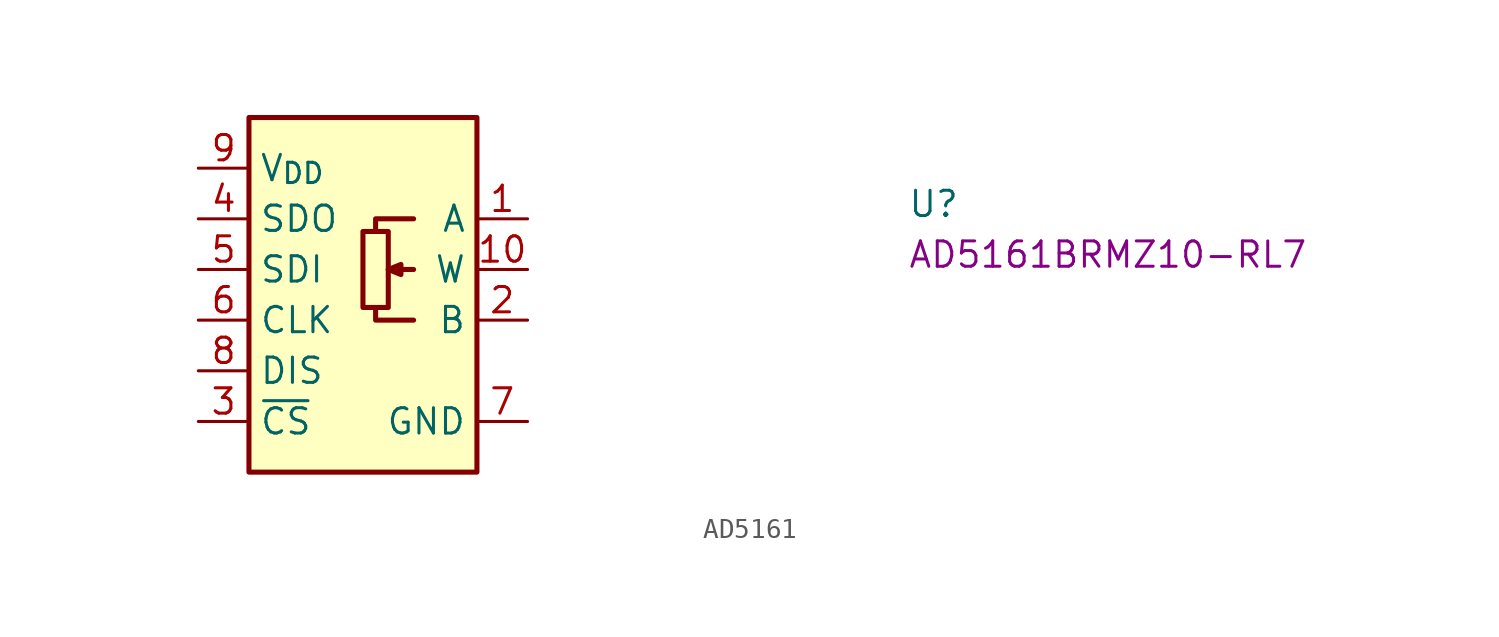
<source format=kicad_sym>
(kicad_symbol_lib
  (version 20220914)
  (generator kicad_symbol_editor)
  (symbol "AD5161"
    (property "Reference" "U"
      (at 35.56 -2.54 0)
      (effects (font (size 1.27 1.27) (thickness 0.15)) (justify left bottom)))
    (property "MPN" "AD5161BRMZ10-RL7"
      (at 35.56 -5.08 0)
      (effects (font (size 1.27 1.27) (thickness 0.15)) (justify left bottom)))
    (symbol "AD5161_1_1"
      (polyline (pts (xy 10.795 -5.08) (xy 9.525 -5.08)) (stroke (width 0.254) (type default)) (fill (type background)))
      (polyline (pts (xy 8.89 -6.985) (xy 8.89 -7.62) (xy 10.795 -7.62)) (stroke (width 0.254) (type default)) (fill (type background)))
      (polyline (pts (xy 10.795 -2.54) (xy 8.89 -2.54) (xy 8.89 -3.175)) (stroke (width 0.254) (type default)) (fill (type background)))
      (polyline (pts (xy 9.525 -5.08) (xy 10.16 -4.826) (xy 10.16 -5.334) (xy 9.525 -5.08)) (stroke (width 0.254) (type default)) (fill (type background)))
      (rectangle (start 2.54 2.54) (end 13.97 -15.24) (stroke (width 0.254) (type default)) (fill (type background)))
      (rectangle (start 9.525 -3.175) (end 8.255 -6.985) (stroke (width 0.254) (type default)) (fill (type background)))
      (pin input line (at 16.51 -2.54 180) (length 2.54) (name "A" (effects (font (size 1.27 1.27)))) (number "1" (effects (font (size 1.27 1.27)))))
      (pin output line (at 16.51 -5.08 180) (length 2.54) (name "W" (effects (font (size 1.27 1.27)))) (number "10" (effects (font (size 1.27 1.27)))))
      (pin input line (at 16.51 -7.62 180) (length 2.54) (name "B" (effects (font (size 1.27 1.27)))) (number "2" (effects (font (size 1.27 1.27)))))
      (pin input line (at 0 -12.7 0) (length 2.54) (name "~{CS}" (effects (font (size 1.27 1.27)))) (number "3" (effects (font (size 1.27 1.27)))) (alternate "AD0" input line))
      (pin output line (at 0 -2.54 0) (length 2.54) (name "SDO" (effects (font (size 1.27 1.27)))) (number "4" (effects (font (size 1.27 1.27)))) (alternate "NC" no_connect line))
      (pin input line (at 0 -5.08 0) (length 2.54) (name "SDI" (effects (font (size 1.27 1.27)))) (number "5" (effects (font (size 1.27 1.27)))) (alternate "SDA" bidirectional line))
      (pin input line (at 0 -7.62 0) (length 2.54) (name "CLK" (effects (font (size 1.27 1.27)))) (number "6" (effects (font (size 1.27 1.27)))) (alternate "SCL" input line))
      (pin power_in line (at 16.51 -12.7 180) (length 2.54) (name "GND" (effects (font (size 1.27 1.27)))) (number "7" (effects (font (size 1.27 1.27)))))
      (pin input line (at 0 -10.16 0) (length 2.54) (name "DIS" (effects (font (size 1.27 1.27)))) (number "8" (effects (font (size 1.27 1.27)))))
      (pin power_in line (at 0 0 0) (length 2.54) (name "V_{DD}" (effects (font (size 1.27 1.27)))) (number "9" (effects (font (size 1.27 1.27))))))))
</source>
